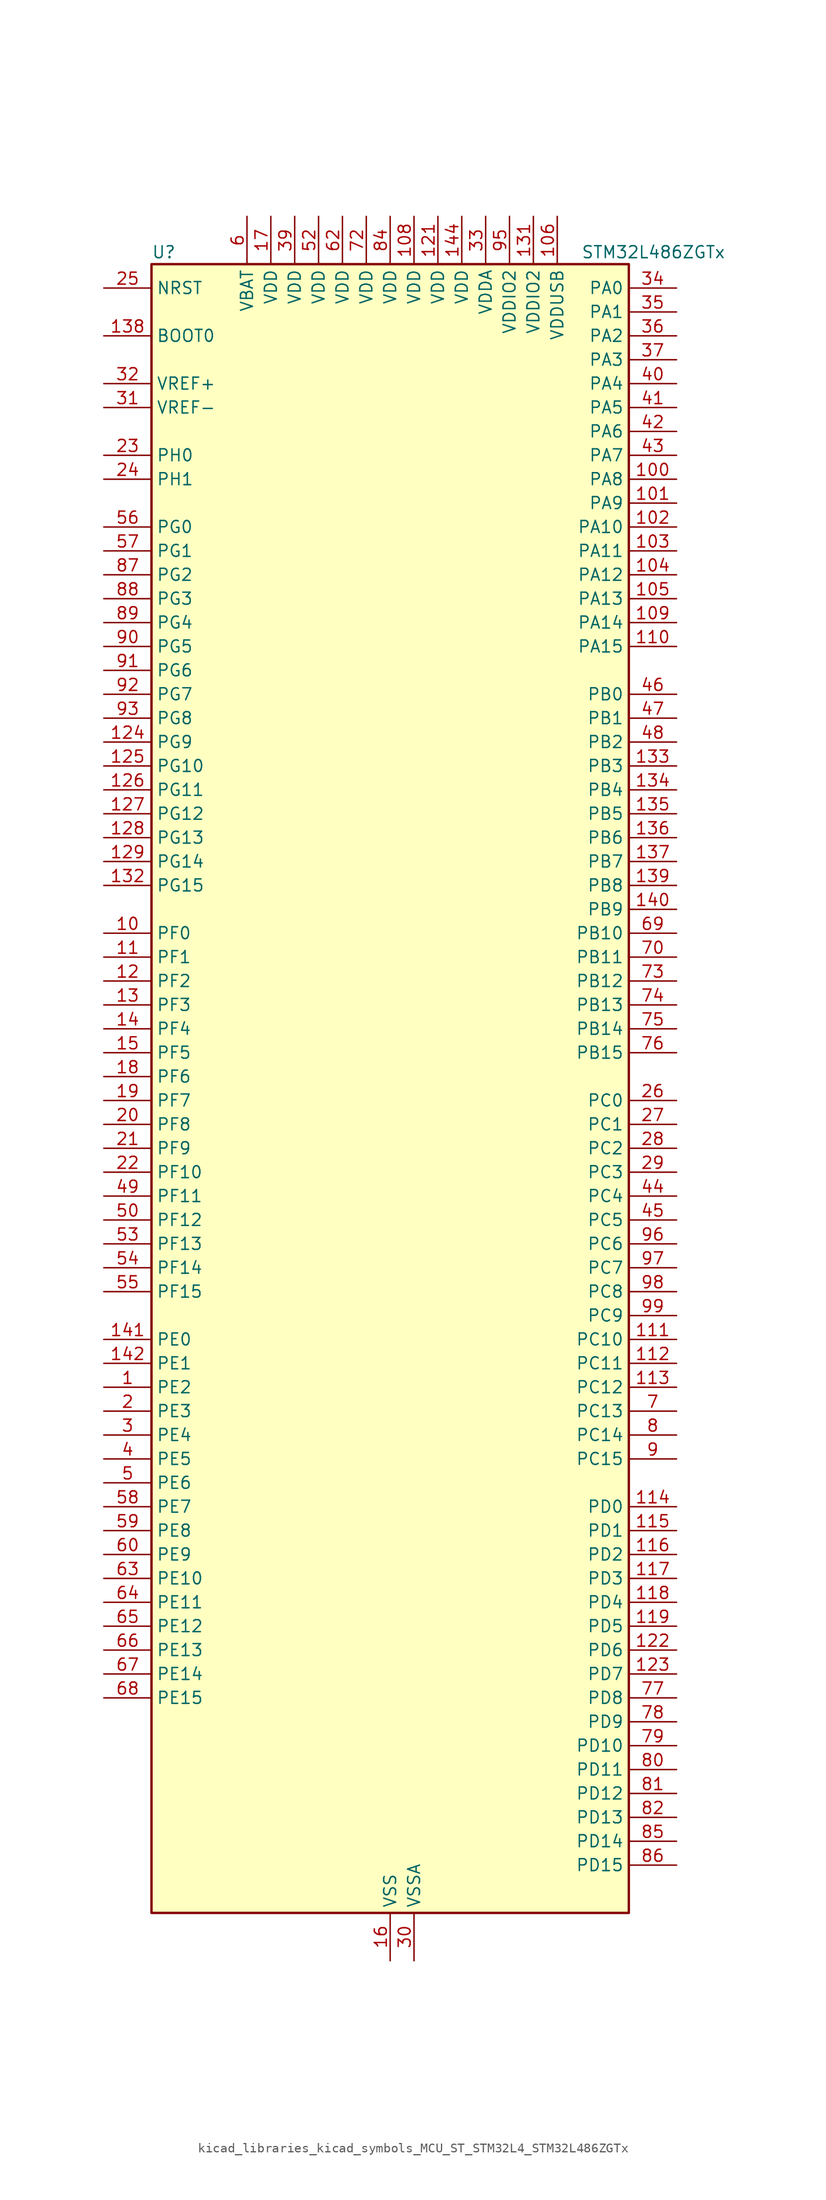
<source format=kicad_sym>
(kicad_symbol_lib
  (version 20220914)
  (generator kicad_symbol_editor)
  (symbol "kicad_libraries_kicad_symbols_MCU_ST_STM32L4_STM32L486ZGTx"
    (property "Reference" "U"
      (at -25.4 90.17 0)
      (effects (font (size 1.27 1.27)) (justify left)))
    (property "Value" "STM32L486ZGTx"
      (at 20.32 90.17 0)
      (effects (font (size 1.27 1.27)) (justify left)))
    (property "ki_locked" ""
      (at 0 0 0)
      (effects (font (size 1.27 1.27))))
    (symbol "kicad_libraries_kicad_symbols_MCU_ST_STM32L4_STM32L486ZGTx_0_1"
      (rectangle (start -25.4 -86.36) (end 25.4 88.9) (stroke (width 0.254) (type default)) (fill (type background))))
    (symbol "kicad_libraries_kicad_symbols_MCU_ST_STM32L4_STM32L486ZGTx_1_1"
      (pin bidirectional line (at -30.48 -30.48 0) (length 5.08) (name "PE2" (effects (font (size 1.27 1.27)))) (number "1" (effects (font (size 1.27 1.27)))) (alternate "FMC_A23" bidirectional line) (alternate "LCD_SEG38" bidirectional line) (alternate "SAI1_MCLK_A" bidirectional line) (alternate "SYS_TRACECLK" bidirectional line) (alternate "TIM3_ETR" bidirectional line) (alternate "TSC_G7_IO1" bidirectional line))
      (pin bidirectional line (at -30.48 17.78 0) (length 5.08) (name "PF0" (effects (font (size 1.27 1.27)))) (number "10" (effects (font (size 1.27 1.27)))) (alternate "FMC_A0" bidirectional line) (alternate "I2C2_SDA" bidirectional line))
      (pin bidirectional line (at 30.48 66.04 180) (length 5.08) (name "PA8" (effects (font (size 1.27 1.27)))) (number "100" (effects (font (size 1.27 1.27)))) (alternate "LCD_COM0" bidirectional line) (alternate "LPTIM2_OUT" bidirectional line) (alternate "RCC_MCO" bidirectional line) (alternate "TIM1_CH1" bidirectional line) (alternate "USART1_CK" bidirectional line) (alternate "USB_OTG_FS_SOF" bidirectional line))
      (pin bidirectional line (at 30.48 63.5 180) (length 5.08) (name "PA9" (effects (font (size 1.27 1.27)))) (number "101" (effects (font (size 1.27 1.27)))) (alternate "DAC1_EXTI9" bidirectional line) (alternate "LCD_COM1" bidirectional line) (alternate "TIM15_BKIN" bidirectional line) (alternate "TIM1_CH2" bidirectional line) (alternate "USART1_TX" bidirectional line) (alternate "USB_OTG_FS_VBUS" bidirectional line))
      (pin bidirectional line (at 30.48 60.96 180) (length 5.08) (name "PA10" (effects (font (size 1.27 1.27)))) (number "102" (effects (font (size 1.27 1.27)))) (alternate "LCD_COM2" bidirectional line) (alternate "TIM17_BKIN" bidirectional line) (alternate "TIM1_CH3" bidirectional line) (alternate "USART1_RX" bidirectional line) (alternate "USB_OTG_FS_ID" bidirectional line))
      (pin bidirectional line (at 30.48 58.42 180) (length 5.08) (name "PA11" (effects (font (size 1.27 1.27)))) (number "103" (effects (font (size 1.27 1.27)))) (alternate "ADC1_EXTI11" bidirectional line) (alternate "ADC2_EXTI11" bidirectional line) (alternate "ADC3_EXTI11" bidirectional line) (alternate "CAN1_RX" bidirectional line) (alternate "TIM1_BKIN2" bidirectional line) (alternate "TIM1_BKIN2_COMP1" bidirectional line) (alternate "TIM1_CH4" bidirectional line) (alternate "USART1_CTS" bidirectional line) (alternate "USB_OTG_FS_DM" bidirectional line))
      (pin bidirectional line (at 30.48 55.88 180) (length 5.08) (name "PA12" (effects (font (size 1.27 1.27)))) (number "104" (effects (font (size 1.27 1.27)))) (alternate "CAN1_TX" bidirectional line) (alternate "TIM1_ETR" bidirectional line) (alternate "USART1_DE" bidirectional line) (alternate "USART1_RTS" bidirectional line) (alternate "USB_OTG_FS_DP" bidirectional line))
      (pin bidirectional line (at 30.48 53.34 180) (length 5.08) (name "PA13" (effects (font (size 1.27 1.27)))) (number "105" (effects (font (size 1.27 1.27)))) (alternate "IR_OUT" bidirectional line) (alternate "SYS_JTMS-SWDIO" bidirectional line) (alternate "USB_OTG_FS_NOE" bidirectional line))
      (pin power_in line (at 17.78 93.98 270) (length 5.08) (name "VDDUSB" (effects (font (size 1.27 1.27)))) (number "106" (effects (font (size 1.27 1.27)))))
      (pin passive line (at 0 -91.44 90) (length 5.08) hide (name "VSS" (effects (font (size 1.27 1.27)))) (number "107" (effects (font (size 1.27 1.27)))))
      (pin power_in line (at 2.54 93.98 270) (length 5.08) (name "VDD" (effects (font (size 1.27 1.27)))) (number "108" (effects (font (size 1.27 1.27)))))
      (pin bidirectional line (at 30.48 50.8 180) (length 5.08) (name "PA14" (effects (font (size 1.27 1.27)))) (number "109" (effects (font (size 1.27 1.27)))) (alternate "SYS_JTCK-SWCLK" bidirectional line))
      (pin bidirectional line (at -30.48 15.24 0) (length 5.08) (name "PF1" (effects (font (size 1.27 1.27)))) (number "11" (effects (font (size 1.27 1.27)))) (alternate "FMC_A1" bidirectional line) (alternate "I2C2_SCL" bidirectional line))
      (pin bidirectional line (at 30.48 48.26 180) (length 5.08) (name "PA15" (effects (font (size 1.27 1.27)))) (number "110" (effects (font (size 1.27 1.27)))) (alternate "ADC1_EXTI15" bidirectional line) (alternate "ADC2_EXTI15" bidirectional line) (alternate "ADC3_EXTI15" bidirectional line) (alternate "LCD_SEG17" bidirectional line) (alternate "SAI2_FS_B" bidirectional line) (alternate "SPI1_NSS" bidirectional line) (alternate "SPI3_NSS" bidirectional line) (alternate "SYS_JTDI" bidirectional line) (alternate "TIM2_CH1" bidirectional line) (alternate "TIM2_ETR" bidirectional line) (alternate "TSC_G3_IO1" bidirectional line) (alternate "UART4_DE" bidirectional line) (alternate "UART4_RTS" bidirectional line))
      (pin bidirectional line (at 30.48 -25.4 180) (length 5.08) (name "PC10" (effects (font (size 1.27 1.27)))) (number "111" (effects (font (size 1.27 1.27)))) (alternate "LCD_COM4" bidirectional line) (alternate "LCD_SEG28" bidirectional line) (alternate "LCD_SEG40" bidirectional line) (alternate "SAI2_SCK_B" bidirectional line) (alternate "SDMMC1_D2" bidirectional line) (alternate "SPI3_SCK" bidirectional line) (alternate "TSC_G3_IO2" bidirectional line) (alternate "UART4_TX" bidirectional line) (alternate "USART3_TX" bidirectional line))
      (pin bidirectional line (at 30.48 -27.94 180) (length 5.08) (name "PC11" (effects (font (size 1.27 1.27)))) (number "112" (effects (font (size 1.27 1.27)))) (alternate "ADC1_EXTI11" bidirectional line) (alternate "ADC2_EXTI11" bidirectional line) (alternate "ADC3_EXTI11" bidirectional line) (alternate "LCD_COM5" bidirectional line) (alternate "LCD_SEG29" bidirectional line) (alternate "LCD_SEG41" bidirectional line) (alternate "SAI2_MCLK_B" bidirectional line) (alternate "SDMMC1_D3" bidirectional line) (alternate "SPI3_MISO" bidirectional line) (alternate "TSC_G3_IO3" bidirectional line) (alternate "UART4_RX" bidirectional line) (alternate "USART3_RX" bidirectional line))
      (pin bidirectional line (at 30.48 -30.48 180) (length 5.08) (name "PC12" (effects (font (size 1.27 1.27)))) (number "113" (effects (font (size 1.27 1.27)))) (alternate "LCD_COM6" bidirectional line) (alternate "LCD_SEG30" bidirectional line) (alternate "LCD_SEG42" bidirectional line) (alternate "SAI2_SD_B" bidirectional line) (alternate "SDMMC1_CK" bidirectional line) (alternate "SPI3_MOSI" bidirectional line) (alternate "TSC_G3_IO4" bidirectional line) (alternate "UART5_TX" bidirectional line) (alternate "USART3_CK" bidirectional line))
      (pin bidirectional line (at 30.48 -43.18 180) (length 5.08) (name "PD0" (effects (font (size 1.27 1.27)))) (number "114" (effects (font (size 1.27 1.27)))) (alternate "CAN1_RX" bidirectional line) (alternate "DFSDM1_DATIN7" bidirectional line) (alternate "FMC_D2" bidirectional line) (alternate "FMC_DA2" bidirectional line) (alternate "SPI2_NSS" bidirectional line))
      (pin bidirectional line (at 30.48 -45.72 180) (length 5.08) (name "PD1" (effects (font (size 1.27 1.27)))) (number "115" (effects (font (size 1.27 1.27)))) (alternate "CAN1_TX" bidirectional line) (alternate "DFSDM1_CKIN7" bidirectional line) (alternate "FMC_D3" bidirectional line) (alternate "FMC_DA3" bidirectional line) (alternate "SPI2_SCK" bidirectional line))
      (pin bidirectional line (at 30.48 -48.26 180) (length 5.08) (name "PD2" (effects (font (size 1.27 1.27)))) (number "116" (effects (font (size 1.27 1.27)))) (alternate "LCD_COM7" bidirectional line) (alternate "LCD_SEG31" bidirectional line) (alternate "LCD_SEG43" bidirectional line) (alternate "SDMMC1_CMD" bidirectional line) (alternate "TIM3_ETR" bidirectional line) (alternate "TSC_SYNC" bidirectional line) (alternate "UART5_RX" bidirectional line) (alternate "USART3_DE" bidirectional line) (alternate "USART3_RTS" bidirectional line))
      (pin bidirectional line (at 30.48 -50.8 180) (length 5.08) (name "PD3" (effects (font (size 1.27 1.27)))) (number "117" (effects (font (size 1.27 1.27)))) (alternate "DFSDM1_DATIN0" bidirectional line) (alternate "FMC_CLK" bidirectional line) (alternate "SPI2_MISO" bidirectional line) (alternate "USART2_CTS" bidirectional line))
      (pin bidirectional line (at 30.48 -53.34 180) (length 5.08) (name "PD4" (effects (font (size 1.27 1.27)))) (number "118" (effects (font (size 1.27 1.27)))) (alternate "DFSDM1_CKIN0" bidirectional line) (alternate "FMC_NOE" bidirectional line) (alternate "SPI2_MOSI" bidirectional line) (alternate "USART2_DE" bidirectional line) (alternate "USART2_RTS" bidirectional line))
      (pin bidirectional line (at 30.48 -55.88 180) (length 5.08) (name "PD5" (effects (font (size 1.27 1.27)))) (number "119" (effects (font (size 1.27 1.27)))) (alternate "FMC_NWE" bidirectional line) (alternate "USART2_TX" bidirectional line))
      (pin bidirectional line (at -30.48 12.7 0) (length 5.08) (name "PF2" (effects (font (size 1.27 1.27)))) (number "12" (effects (font (size 1.27 1.27)))) (alternate "FMC_A2" bidirectional line) (alternate "I2C2_SMBA" bidirectional line))
      (pin passive line (at 0 -91.44 90) (length 5.08) hide (name "VSS" (effects (font (size 1.27 1.27)))) (number "120" (effects (font (size 1.27 1.27)))))
      (pin power_in line (at 5.08 93.98 270) (length 5.08) (name "VDD" (effects (font (size 1.27 1.27)))) (number "121" (effects (font (size 1.27 1.27)))))
      (pin bidirectional line (at 30.48 -58.42 180) (length 5.08) (name "PD6" (effects (font (size 1.27 1.27)))) (number "122" (effects (font (size 1.27 1.27)))) (alternate "DFSDM1_DATIN1" bidirectional line) (alternate "FMC_NWAIT" bidirectional line) (alternate "SAI1_SD_A" bidirectional line) (alternate "USART2_RX" bidirectional line))
      (pin bidirectional line (at 30.48 -60.96 180) (length 5.08) (name "PD7" (effects (font (size 1.27 1.27)))) (number "123" (effects (font (size 1.27 1.27)))) (alternate "DFSDM1_CKIN1" bidirectional line) (alternate "FMC_NE1" bidirectional line) (alternate "USART2_CK" bidirectional line))
      (pin bidirectional line (at -30.48 38.1 0) (length 5.08) (name "PG9" (effects (font (size 1.27 1.27)))) (number "124" (effects (font (size 1.27 1.27)))) (alternate "DAC1_EXTI9" bidirectional line) (alternate "FMC_NCE3" bidirectional line) (alternate "FMC_NE2" bidirectional line) (alternate "SAI2_SCK_A" bidirectional line) (alternate "SPI3_SCK" bidirectional line) (alternate "TIM15_CH1N" bidirectional line) (alternate "USART1_TX" bidirectional line))
      (pin bidirectional line (at -30.48 35.56 0) (length 5.08) (name "PG10" (effects (font (size 1.27 1.27)))) (number "125" (effects (font (size 1.27 1.27)))) (alternate "FMC_NE3" bidirectional line) (alternate "LPTIM1_IN1" bidirectional line) (alternate "SAI2_FS_A" bidirectional line) (alternate "SPI3_MISO" bidirectional line) (alternate "TIM15_CH1" bidirectional line) (alternate "USART1_RX" bidirectional line))
      (pin bidirectional line (at -30.48 33.02 0) (length 5.08) (name "PG11" (effects (font (size 1.27 1.27)))) (number "126" (effects (font (size 1.27 1.27)))) (alternate "ADC1_EXTI11" bidirectional line) (alternate "ADC2_EXTI11" bidirectional line) (alternate "ADC3_EXTI11" bidirectional line) (alternate "LPTIM1_IN2" bidirectional line) (alternate "SAI2_MCLK_A" bidirectional line) (alternate "SPI3_MOSI" bidirectional line) (alternate "TIM15_CH2" bidirectional line) (alternate "USART1_CTS" bidirectional line))
      (pin bidirectional line (at -30.48 30.48 0) (length 5.08) (name "PG12" (effects (font (size 1.27 1.27)))) (number "127" (effects (font (size 1.27 1.27)))) (alternate "FMC_NE4" bidirectional line) (alternate "LPTIM1_ETR" bidirectional line) (alternate "SAI2_SD_A" bidirectional line) (alternate "SPI3_NSS" bidirectional line) (alternate "USART1_DE" bidirectional line) (alternate "USART1_RTS" bidirectional line))
      (pin bidirectional line (at -30.48 27.94 0) (length 5.08) (name "PG13" (effects (font (size 1.27 1.27)))) (number "128" (effects (font (size 1.27 1.27)))) (alternate "FMC_A24" bidirectional line) (alternate "I2C1_SDA" bidirectional line) (alternate "USART1_CK" bidirectional line))
      (pin bidirectional line (at -30.48 25.4 0) (length 5.08) (name "PG14" (effects (font (size 1.27 1.27)))) (number "129" (effects (font (size 1.27 1.27)))) (alternate "FMC_A25" bidirectional line) (alternate "I2C1_SCL" bidirectional line))
      (pin bidirectional line (at -30.48 10.16 0) (length 5.08) (name "PF3" (effects (font (size 1.27 1.27)))) (number "13" (effects (font (size 1.27 1.27)))) (alternate "ADC3_IN6" bidirectional line) (alternate "FMC_A3" bidirectional line))
      (pin passive line (at 0 -91.44 90) (length 5.08) hide (name "VSS" (effects (font (size 1.27 1.27)))) (number "130" (effects (font (size 1.27 1.27)))))
      (pin power_in line (at 15.24 93.98 270) (length 5.08) (name "VDDIO2" (effects (font (size 1.27 1.27)))) (number "131" (effects (font (size 1.27 1.27)))))
      (pin bidirectional line (at -30.48 22.86 0) (length 5.08) (name "PG15" (effects (font (size 1.27 1.27)))) (number "132" (effects (font (size 1.27 1.27)))) (alternate "ADC1_EXTI15" bidirectional line) (alternate "ADC2_EXTI15" bidirectional line) (alternate "ADC3_EXTI15" bidirectional line) (alternate "I2C1_SMBA" bidirectional line) (alternate "LPTIM1_OUT" bidirectional line))
      (pin bidirectional line (at 30.48 35.56 180) (length 5.08) (name "PB3" (effects (font (size 1.27 1.27)))) (number "133" (effects (font (size 1.27 1.27)))) (alternate "COMP2_INM" bidirectional line) (alternate "LCD_SEG7" bidirectional line) (alternate "SAI1_SCK_B" bidirectional line) (alternate "SPI1_SCK" bidirectional line) (alternate "SPI3_SCK" bidirectional line) (alternate "SYS_JTDO-SWO" bidirectional line) (alternate "TIM2_CH2" bidirectional line) (alternate "USART1_DE" bidirectional line) (alternate "USART1_RTS" bidirectional line))
      (pin bidirectional line (at 30.48 33.02 180) (length 5.08) (name "PB4" (effects (font (size 1.27 1.27)))) (number "134" (effects (font (size 1.27 1.27)))) (alternate "COMP2_INP" bidirectional line) (alternate "LCD_SEG8" bidirectional line) (alternate "SAI1_MCLK_B" bidirectional line) (alternate "SPI1_MISO" bidirectional line) (alternate "SPI3_MISO" bidirectional line) (alternate "SYS_JTRST" bidirectional line) (alternate "TIM17_BKIN" bidirectional line) (alternate "TIM3_CH1" bidirectional line) (alternate "TSC_G2_IO1" bidirectional line) (alternate "UART5_DE" bidirectional line) (alternate "UART5_RTS" bidirectional line) (alternate "USART1_CTS" bidirectional line))
      (pin bidirectional line (at 30.48 30.48 180) (length 5.08) (name "PB5" (effects (font (size 1.27 1.27)))) (number "135" (effects (font (size 1.27 1.27)))) (alternate "COMP2_OUT" bidirectional line) (alternate "I2C1_SMBA" bidirectional line) (alternate "LCD_SEG9" bidirectional line) (alternate "LPTIM1_IN1" bidirectional line) (alternate "SAI1_SD_B" bidirectional line) (alternate "SPI1_MOSI" bidirectional line) (alternate "SPI3_MOSI" bidirectional line) (alternate "TIM16_BKIN" bidirectional line) (alternate "TIM3_CH2" bidirectional line) (alternate "TSC_G2_IO2" bidirectional line) (alternate "UART5_CTS" bidirectional line) (alternate "USART1_CK" bidirectional line))
      (pin bidirectional line (at 30.48 27.94 180) (length 5.08) (name "PB6" (effects (font (size 1.27 1.27)))) (number "136" (effects (font (size 1.27 1.27)))) (alternate "COMP2_INP" bidirectional line) (alternate "DFSDM1_DATIN5" bidirectional line) (alternate "I2C1_SCL" bidirectional line) (alternate "LPTIM1_ETR" bidirectional line) (alternate "SAI1_FS_B" bidirectional line) (alternate "TIM16_CH1N" bidirectional line) (alternate "TIM4_CH1" bidirectional line) (alternate "TIM8_BKIN2" bidirectional line) (alternate "TIM8_BKIN2_COMP2" bidirectional line) (alternate "TSC_G2_IO3" bidirectional line) (alternate "USART1_TX" bidirectional line))
      (pin bidirectional line (at 30.48 25.4 180) (length 5.08) (name "PB7" (effects (font (size 1.27 1.27)))) (number "137" (effects (font (size 1.27 1.27)))) (alternate "COMP2_INM" bidirectional line) (alternate "DFSDM1_CKIN5" bidirectional line) (alternate "FMC_NL" bidirectional line) (alternate "I2C1_SDA" bidirectional line) (alternate "LCD_SEG21" bidirectional line) (alternate "LPTIM1_IN2" bidirectional line) (alternate "SYS_PVD_IN" bidirectional line) (alternate "TIM17_CH1N" bidirectional line) (alternate "TIM4_CH2" bidirectional line) (alternate "TIM8_BKIN" bidirectional line) (alternate "TIM8_BKIN_COMP1" bidirectional line) (alternate "TSC_G2_IO4" bidirectional line) (alternate "UART4_CTS" bidirectional line) (alternate "USART1_RX" bidirectional line))
      (pin input line (at -30.48 81.28 0) (length 5.08) (name "BOOT0" (effects (font (size 1.27 1.27)))) (number "138" (effects (font (size 1.27 1.27)))))
      (pin bidirectional line (at 30.48 22.86 180) (length 5.08) (name "PB8" (effects (font (size 1.27 1.27)))) (number "139" (effects (font (size 1.27 1.27)))) (alternate "CAN1_RX" bidirectional line) (alternate "DFSDM1_DATIN6" bidirectional line) (alternate "I2C1_SCL" bidirectional line) (alternate "LCD_SEG16" bidirectional line) (alternate "SAI1_MCLK_A" bidirectional line) (alternate "SDMMC1_D4" bidirectional line) (alternate "TIM16_CH1" bidirectional line) (alternate "TIM4_CH3" bidirectional line))
      (pin bidirectional line (at -30.48 7.62 0) (length 5.08) (name "PF4" (effects (font (size 1.27 1.27)))) (number "14" (effects (font (size 1.27 1.27)))) (alternate "ADC3_IN7" bidirectional line) (alternate "FMC_A4" bidirectional line))
      (pin bidirectional line (at 30.48 20.32 180) (length 5.08) (name "PB9" (effects (font (size 1.27 1.27)))) (number "140" (effects (font (size 1.27 1.27)))) (alternate "CAN1_TX" bidirectional line) (alternate "DAC1_EXTI9" bidirectional line) (alternate "DFSDM1_CKIN6" bidirectional line) (alternate "I2C1_SDA" bidirectional line) (alternate "IR_OUT" bidirectional line) (alternate "LCD_COM3" bidirectional line) (alternate "SAI1_FS_A" bidirectional line) (alternate "SDMMC1_D5" bidirectional line) (alternate "SPI2_NSS" bidirectional line) (alternate "TIM17_CH1" bidirectional line) (alternate "TIM4_CH4" bidirectional line))
      (pin bidirectional line (at -30.48 -25.4 0) (length 5.08) (name "PE0" (effects (font (size 1.27 1.27)))) (number "141" (effects (font (size 1.27 1.27)))) (alternate "FMC_NBL0" bidirectional line) (alternate "LCD_SEG36" bidirectional line) (alternate "TIM16_CH1" bidirectional line) (alternate "TIM4_ETR" bidirectional line))
      (pin bidirectional line (at -30.48 -27.94 0) (length 5.08) (name "PE1" (effects (font (size 1.27 1.27)))) (number "142" (effects (font (size 1.27 1.27)))) (alternate "FMC_NBL1" bidirectional line) (alternate "LCD_SEG37" bidirectional line) (alternate "TIM17_CH1" bidirectional line))
      (pin passive line (at 0 -91.44 90) (length 5.08) hide (name "VSS" (effects (font (size 1.27 1.27)))) (number "143" (effects (font (size 1.27 1.27)))))
      (pin power_in line (at 7.62 93.98 270) (length 5.08) (name "VDD" (effects (font (size 1.27 1.27)))) (number "144" (effects (font (size 1.27 1.27)))))
      (pin bidirectional line (at -30.48 5.08 0) (length 5.08) (name "PF5" (effects (font (size 1.27 1.27)))) (number "15" (effects (font (size 1.27 1.27)))) (alternate "ADC3_IN8" bidirectional line) (alternate "FMC_A5" bidirectional line))
      (pin power_in line (at 0 -91.44 90) (length 5.08) (name "VSS" (effects (font (size 1.27 1.27)))) (number "16" (effects (font (size 1.27 1.27)))))
      (pin power_in line (at -12.7 93.98 270) (length 5.08) (name "VDD" (effects (font (size 1.27 1.27)))) (number "17" (effects (font (size 1.27 1.27)))))
      (pin bidirectional line (at -30.48 2.54 0) (length 5.08) (name "PF6" (effects (font (size 1.27 1.27)))) (number "18" (effects (font (size 1.27 1.27)))) (alternate "ADC3_IN9" bidirectional line) (alternate "SAI1_SD_B" bidirectional line) (alternate "TIM5_CH1" bidirectional line) (alternate "TIM5_ETR" bidirectional line))
      (pin bidirectional line (at -30.48 0 0) (length 5.08) (name "PF7" (effects (font (size 1.27 1.27)))) (number "19" (effects (font (size 1.27 1.27)))) (alternate "ADC3_IN10" bidirectional line) (alternate "SAI1_MCLK_B" bidirectional line) (alternate "TIM5_CH2" bidirectional line))
      (pin bidirectional line (at -30.48 -33.02 0) (length 5.08) (name "PE3" (effects (font (size 1.27 1.27)))) (number "2" (effects (font (size 1.27 1.27)))) (alternate "FMC_A19" bidirectional line) (alternate "LCD_SEG39" bidirectional line) (alternate "SAI1_SD_B" bidirectional line) (alternate "SYS_TRACED0" bidirectional line) (alternate "TIM3_CH1" bidirectional line) (alternate "TSC_G7_IO2" bidirectional line))
      (pin bidirectional line (at -30.48 -2.54 0) (length 5.08) (name "PF8" (effects (font (size 1.27 1.27)))) (number "20" (effects (font (size 1.27 1.27)))) (alternate "ADC3_IN11" bidirectional line) (alternate "SAI1_SCK_B" bidirectional line) (alternate "TIM5_CH3" bidirectional line))
      (pin bidirectional line (at -30.48 -5.08 0) (length 5.08) (name "PF9" (effects (font (size 1.27 1.27)))) (number "21" (effects (font (size 1.27 1.27)))) (alternate "ADC3_IN12" bidirectional line) (alternate "DAC1_EXTI9" bidirectional line) (alternate "SAI1_FS_B" bidirectional line) (alternate "TIM15_CH1" bidirectional line) (alternate "TIM5_CH4" bidirectional line))
      (pin bidirectional line (at -30.48 -7.62 0) (length 5.08) (name "PF10" (effects (font (size 1.27 1.27)))) (number "22" (effects (font (size 1.27 1.27)))) (alternate "ADC3_IN13" bidirectional line) (alternate "TIM15_CH2" bidirectional line))
      (pin bidirectional line (at -30.48 68.58 0) (length 5.08) (name "PH0" (effects (font (size 1.27 1.27)))) (number "23" (effects (font (size 1.27 1.27)))) (alternate "RCC_OSC_IN" bidirectional line))
      (pin bidirectional line (at -30.48 66.04 0) (length 5.08) (name "PH1" (effects (font (size 1.27 1.27)))) (number "24" (effects (font (size 1.27 1.27)))) (alternate "RCC_OSC_OUT" bidirectional line))
      (pin input line (at -30.48 86.36 0) (length 5.08) (name "NRST" (effects (font (size 1.27 1.27)))) (number "25" (effects (font (size 1.27 1.27)))))
      (pin bidirectional line (at 30.48 0 180) (length 5.08) (name "PC0" (effects (font (size 1.27 1.27)))) (number "26" (effects (font (size 1.27 1.27)))) (alternate "ADC1_IN1" bidirectional line) (alternate "ADC2_IN1" bidirectional line) (alternate "ADC3_IN1" bidirectional line) (alternate "DFSDM1_DATIN4" bidirectional line) (alternate "I2C3_SCL" bidirectional line) (alternate "LCD_SEG18" bidirectional line) (alternate "LPTIM1_IN1" bidirectional line) (alternate "LPTIM2_IN1" bidirectional line) (alternate "LPUART1_RX" bidirectional line))
      (pin bidirectional line (at 30.48 -2.54 180) (length 5.08) (name "PC1" (effects (font (size 1.27 1.27)))) (number "27" (effects (font (size 1.27 1.27)))) (alternate "ADC1_IN2" bidirectional line) (alternate "ADC2_IN2" bidirectional line) (alternate "ADC3_IN2" bidirectional line) (alternate "DFSDM1_CKIN4" bidirectional line) (alternate "I2C3_SDA" bidirectional line) (alternate "LCD_SEG19" bidirectional line) (alternate "LPTIM1_OUT" bidirectional line) (alternate "LPUART1_TX" bidirectional line))
      (pin bidirectional line (at 30.48 -5.08 180) (length 5.08) (name "PC2" (effects (font (size 1.27 1.27)))) (number "28" (effects (font (size 1.27 1.27)))) (alternate "ADC1_IN3" bidirectional line) (alternate "ADC2_IN3" bidirectional line) (alternate "ADC3_IN3" bidirectional line) (alternate "DFSDM1_CKOUT" bidirectional line) (alternate "LCD_SEG20" bidirectional line) (alternate "LPTIM1_IN2" bidirectional line) (alternate "SPI2_MISO" bidirectional line))
      (pin bidirectional line (at 30.48 -7.62 180) (length 5.08) (name "PC3" (effects (font (size 1.27 1.27)))) (number "29" (effects (font (size 1.27 1.27)))) (alternate "ADC1_IN4" bidirectional line) (alternate "ADC2_IN4" bidirectional line) (alternate "ADC3_IN4" bidirectional line) (alternate "LCD_VLCD" bidirectional line) (alternate "LPTIM1_ETR" bidirectional line) (alternate "LPTIM2_ETR" bidirectional line) (alternate "SAI1_SD_A" bidirectional line) (alternate "SPI2_MOSI" bidirectional line))
      (pin bidirectional line (at -30.48 -35.56 0) (length 5.08) (name "PE4" (effects (font (size 1.27 1.27)))) (number "3" (effects (font (size 1.27 1.27)))) (alternate "DFSDM1_DATIN3" bidirectional line) (alternate "FMC_A20" bidirectional line) (alternate "SAI1_FS_A" bidirectional line) (alternate "SYS_TRACED1" bidirectional line) (alternate "TIM3_CH2" bidirectional line) (alternate "TSC_G7_IO3" bidirectional line))
      (pin power_in line (at 2.54 -91.44 90) (length 5.08) (name "VSSA" (effects (font (size 1.27 1.27)))) (number "30" (effects (font (size 1.27 1.27)))))
      (pin input line (at -30.48 73.66 0) (length 5.08) (name "VREF-" (effects (font (size 1.27 1.27)))) (number "31" (effects (font (size 1.27 1.27)))))
      (pin input line (at -30.48 76.2 0) (length 5.08) (name "VREF+" (effects (font (size 1.27 1.27)))) (number "32" (effects (font (size 1.27 1.27)))) (alternate "VREFBUF_OUT" bidirectional line))
      (pin power_in line (at 10.16 93.98 270) (length 5.08) (name "VDDA" (effects (font (size 1.27 1.27)))) (number "33" (effects (font (size 1.27 1.27)))))
      (pin bidirectional line (at 30.48 86.36 180) (length 5.08) (name "PA0" (effects (font (size 1.27 1.27)))) (number "34" (effects (font (size 1.27 1.27)))) (alternate "ADC1_IN5" bidirectional line) (alternate "ADC2_IN5" bidirectional line) (alternate "OPAMP1_VINP" bidirectional line) (alternate "RTC_TAMP2" bidirectional line) (alternate "SAI1_EXTCLK" bidirectional line) (alternate "SYS_WKUP1" bidirectional line) (alternate "TIM2_CH1" bidirectional line) (alternate "TIM2_ETR" bidirectional line) (alternate "TIM5_CH1" bidirectional line) (alternate "TIM8_ETR" bidirectional line) (alternate "UART4_TX" bidirectional line) (alternate "USART2_CTS" bidirectional line))
      (pin bidirectional line (at 30.48 83.82 180) (length 5.08) (name "PA1" (effects (font (size 1.27 1.27)))) (number "35" (effects (font (size 1.27 1.27)))) (alternate "ADC1_IN6" bidirectional line) (alternate "ADC2_IN6" bidirectional line) (alternate "LCD_SEG0" bidirectional line) (alternate "OPAMP1_VINM" bidirectional line) (alternate "TIM15_CH1N" bidirectional line) (alternate "TIM2_CH2" bidirectional line) (alternate "TIM5_CH2" bidirectional line) (alternate "UART4_RX" bidirectional line) (alternate "USART2_DE" bidirectional line) (alternate "USART2_RTS" bidirectional line))
      (pin bidirectional line (at 30.48 81.28 180) (length 5.08) (name "PA2" (effects (font (size 1.27 1.27)))) (number "36" (effects (font (size 1.27 1.27)))) (alternate "ADC1_IN7" bidirectional line) (alternate "ADC2_IN7" bidirectional line) (alternate "LCD_SEG1" bidirectional line) (alternate "RCC_LSCO" bidirectional line) (alternate "SAI2_EXTCLK" bidirectional line) (alternate "SYS_WKUP4" bidirectional line) (alternate "TIM15_CH1" bidirectional line) (alternate "TIM2_CH3" bidirectional line) (alternate "TIM5_CH3" bidirectional line) (alternate "USART2_TX" bidirectional line))
      (pin bidirectional line (at 30.48 78.74 180) (length 5.08) (name "PA3" (effects (font (size 1.27 1.27)))) (number "37" (effects (font (size 1.27 1.27)))) (alternate "ADC1_IN8" bidirectional line) (alternate "ADC2_IN8" bidirectional line) (alternate "LCD_SEG2" bidirectional line) (alternate "OPAMP1_VOUT" bidirectional line) (alternate "TIM15_CH2" bidirectional line) (alternate "TIM2_CH4" bidirectional line) (alternate "TIM5_CH4" bidirectional line) (alternate "USART2_RX" bidirectional line))
      (pin passive line (at 0 -91.44 90) (length 5.08) hide (name "VSS" (effects (font (size 1.27 1.27)))) (number "38" (effects (font (size 1.27 1.27)))))
      (pin power_in line (at -10.16 93.98 270) (length 5.08) (name "VDD" (effects (font (size 1.27 1.27)))) (number "39" (effects (font (size 1.27 1.27)))))
      (pin bidirectional line (at -30.48 -38.1 0) (length 5.08) (name "PE5" (effects (font (size 1.27 1.27)))) (number "4" (effects (font (size 1.27 1.27)))) (alternate "DFSDM1_CKIN3" bidirectional line) (alternate "FMC_A21" bidirectional line) (alternate "SAI1_SCK_A" bidirectional line) (alternate "SYS_TRACED2" bidirectional line) (alternate "TIM3_CH3" bidirectional line) (alternate "TSC_G7_IO4" bidirectional line))
      (pin bidirectional line (at 30.48 76.2 180) (length 5.08) (name "PA4" (effects (font (size 1.27 1.27)))) (number "40" (effects (font (size 1.27 1.27)))) (alternate "ADC1_IN9" bidirectional line) (alternate "ADC2_IN9" bidirectional line) (alternate "DAC1_OUT1" bidirectional line) (alternate "LPTIM2_OUT" bidirectional line) (alternate "SAI1_FS_B" bidirectional line) (alternate "SPI1_NSS" bidirectional line) (alternate "SPI3_NSS" bidirectional line) (alternate "USART2_CK" bidirectional line))
      (pin bidirectional line (at 30.48 73.66 180) (length 5.08) (name "PA5" (effects (font (size 1.27 1.27)))) (number "41" (effects (font (size 1.27 1.27)))) (alternate "ADC1_IN10" bidirectional line) (alternate "ADC2_IN10" bidirectional line) (alternate "DAC1_OUT2" bidirectional line) (alternate "LPTIM2_ETR" bidirectional line) (alternate "SPI1_SCK" bidirectional line) (alternate "TIM2_CH1" bidirectional line) (alternate "TIM2_ETR" bidirectional line) (alternate "TIM8_CH1N" bidirectional line))
      (pin bidirectional line (at 30.48 71.12 180) (length 5.08) (name "PA6" (effects (font (size 1.27 1.27)))) (number "42" (effects (font (size 1.27 1.27)))) (alternate "ADC1_IN11" bidirectional line) (alternate "ADC2_IN11" bidirectional line) (alternate "LCD_SEG3" bidirectional line) (alternate "OPAMP2_VINP" bidirectional line) (alternate "QUADSPI_BK1_IO3" bidirectional line) (alternate "SPI1_MISO" bidirectional line) (alternate "TIM16_CH1" bidirectional line) (alternate "TIM1_BKIN" bidirectional line) (alternate "TIM1_BKIN_COMP2" bidirectional line) (alternate "TIM3_CH1" bidirectional line) (alternate "TIM8_BKIN" bidirectional line) (alternate "TIM8_BKIN_COMP2" bidirectional line) (alternate "USART3_CTS" bidirectional line))
      (pin bidirectional line (at 30.48 68.58 180) (length 5.08) (name "PA7" (effects (font (size 1.27 1.27)))) (number "43" (effects (font (size 1.27 1.27)))) (alternate "ADC1_IN12" bidirectional line) (alternate "ADC2_IN12" bidirectional line) (alternate "LCD_SEG4" bidirectional line) (alternate "OPAMP2_VINM" bidirectional line) (alternate "QUADSPI_BK1_IO2" bidirectional line) (alternate "SPI1_MOSI" bidirectional line) (alternate "TIM17_CH1" bidirectional line) (alternate "TIM1_CH1N" bidirectional line) (alternate "TIM3_CH2" bidirectional line) (alternate "TIM8_CH1N" bidirectional line))
      (pin bidirectional line (at 30.48 -10.16 180) (length 5.08) (name "PC4" (effects (font (size 1.27 1.27)))) (number "44" (effects (font (size 1.27 1.27)))) (alternate "ADC1_IN13" bidirectional line) (alternate "ADC2_IN13" bidirectional line) (alternate "COMP1_INM" bidirectional line) (alternate "LCD_SEG22" bidirectional line) (alternate "USART3_TX" bidirectional line))
      (pin bidirectional line (at 30.48 -12.7 180) (length 5.08) (name "PC5" (effects (font (size 1.27 1.27)))) (number "45" (effects (font (size 1.27 1.27)))) (alternate "ADC1_IN14" bidirectional line) (alternate "ADC2_IN14" bidirectional line) (alternate "COMP1_INP" bidirectional line) (alternate "LCD_SEG23" bidirectional line) (alternate "SYS_WKUP5" bidirectional line) (alternate "USART3_RX" bidirectional line))
      (pin bidirectional line (at 30.48 43.18 180) (length 5.08) (name "PB0" (effects (font (size 1.27 1.27)))) (number "46" (effects (font (size 1.27 1.27)))) (alternate "ADC1_IN15" bidirectional line) (alternate "ADC2_IN15" bidirectional line) (alternate "COMP1_OUT" bidirectional line) (alternate "LCD_SEG5" bidirectional line) (alternate "OPAMP2_VOUT" bidirectional line) (alternate "QUADSPI_BK1_IO1" bidirectional line) (alternate "TIM1_CH2N" bidirectional line) (alternate "TIM3_CH3" bidirectional line) (alternate "TIM8_CH2N" bidirectional line) (alternate "USART3_CK" bidirectional line))
      (pin bidirectional line (at 30.48 40.64 180) (length 5.08) (name "PB1" (effects (font (size 1.27 1.27)))) (number "47" (effects (font (size 1.27 1.27)))) (alternate "ADC1_IN16" bidirectional line) (alternate "ADC2_IN16" bidirectional line) (alternate "COMP1_INM" bidirectional line) (alternate "DFSDM1_DATIN0" bidirectional line) (alternate "LCD_SEG6" bidirectional line) (alternate "LPTIM2_IN1" bidirectional line) (alternate "QUADSPI_BK1_IO0" bidirectional line) (alternate "TIM1_CH3N" bidirectional line) (alternate "TIM3_CH4" bidirectional line) (alternate "TIM8_CH3N" bidirectional line) (alternate "USART3_DE" bidirectional line) (alternate "USART3_RTS" bidirectional line))
      (pin bidirectional line (at 30.48 38.1 180) (length 5.08) (name "PB2" (effects (font (size 1.27 1.27)))) (number "48" (effects (font (size 1.27 1.27)))) (alternate "COMP1_INP" bidirectional line) (alternate "DFSDM1_CKIN0" bidirectional line) (alternate "I2C3_SMBA" bidirectional line) (alternate "LPTIM1_OUT" bidirectional line) (alternate "RTC_OUT_ALARM" bidirectional line) (alternate "RTC_OUT_CALIB" bidirectional line))
      (pin bidirectional line (at -30.48 -10.16 0) (length 5.08) (name "PF11" (effects (font (size 1.27 1.27)))) (number "49" (effects (font (size 1.27 1.27)))) (alternate "ADC1_EXTI11" bidirectional line) (alternate "ADC2_EXTI11" bidirectional line) (alternate "ADC3_EXTI11" bidirectional line))
      (pin bidirectional line (at -30.48 -40.64 0) (length 5.08) (name "PE6" (effects (font (size 1.27 1.27)))) (number "5" (effects (font (size 1.27 1.27)))) (alternate "FMC_A22" bidirectional line) (alternate "RTC_TAMP3" bidirectional line) (alternate "SAI1_SD_A" bidirectional line) (alternate "SYS_TRACED3" bidirectional line) (alternate "SYS_WKUP3" bidirectional line) (alternate "TIM3_CH4" bidirectional line))
      (pin bidirectional line (at -30.48 -12.7 0) (length 5.08) (name "PF12" (effects (font (size 1.27 1.27)))) (number "50" (effects (font (size 1.27 1.27)))) (alternate "FMC_A6" bidirectional line))
      (pin passive line (at 0 -91.44 90) (length 5.08) hide (name "VSS" (effects (font (size 1.27 1.27)))) (number "51" (effects (font (size 1.27 1.27)))))
      (pin power_in line (at -7.62 93.98 270) (length 5.08) (name "VDD" (effects (font (size 1.27 1.27)))) (number "52" (effects (font (size 1.27 1.27)))))
      (pin bidirectional line (at -30.48 -15.24 0) (length 5.08) (name "PF13" (effects (font (size 1.27 1.27)))) (number "53" (effects (font (size 1.27 1.27)))) (alternate "DFSDM1_DATIN6" bidirectional line) (alternate "FMC_A7" bidirectional line))
      (pin bidirectional line (at -30.48 -17.78 0) (length 5.08) (name "PF14" (effects (font (size 1.27 1.27)))) (number "54" (effects (font (size 1.27 1.27)))) (alternate "DFSDM1_CKIN6" bidirectional line) (alternate "FMC_A8" bidirectional line) (alternate "TSC_G8_IO1" bidirectional line))
      (pin bidirectional line (at -30.48 -20.32 0) (length 5.08) (name "PF15" (effects (font (size 1.27 1.27)))) (number "55" (effects (font (size 1.27 1.27)))) (alternate "ADC1_EXTI15" bidirectional line) (alternate "ADC2_EXTI15" bidirectional line) (alternate "ADC3_EXTI15" bidirectional line) (alternate "FMC_A9" bidirectional line) (alternate "TSC_G8_IO2" bidirectional line))
      (pin bidirectional line (at -30.48 60.96 0) (length 5.08) (name "PG0" (effects (font (size 1.27 1.27)))) (number "56" (effects (font (size 1.27 1.27)))) (alternate "FMC_A10" bidirectional line) (alternate "TSC_G8_IO3" bidirectional line))
      (pin bidirectional line (at -30.48 58.42 0) (length 5.08) (name "PG1" (effects (font (size 1.27 1.27)))) (number "57" (effects (font (size 1.27 1.27)))) (alternate "FMC_A11" bidirectional line) (alternate "TSC_G8_IO4" bidirectional line))
      (pin bidirectional line (at -30.48 -43.18 0) (length 5.08) (name "PE7" (effects (font (size 1.27 1.27)))) (number "58" (effects (font (size 1.27 1.27)))) (alternate "DFSDM1_DATIN2" bidirectional line) (alternate "FMC_D4" bidirectional line) (alternate "FMC_DA4" bidirectional line) (alternate "SAI1_SD_B" bidirectional line) (alternate "TIM1_ETR" bidirectional line))
      (pin bidirectional line (at -30.48 -45.72 0) (length 5.08) (name "PE8" (effects (font (size 1.27 1.27)))) (number "59" (effects (font (size 1.27 1.27)))) (alternate "DFSDM1_CKIN2" bidirectional line) (alternate "FMC_D5" bidirectional line) (alternate "FMC_DA5" bidirectional line) (alternate "SAI1_SCK_B" bidirectional line) (alternate "TIM1_CH1N" bidirectional line))
      (pin power_in line (at -15.24 93.98 270) (length 5.08) (name "VBAT" (effects (font (size 1.27 1.27)))) (number "6" (effects (font (size 1.27 1.27)))))
      (pin bidirectional line (at -30.48 -48.26 0) (length 5.08) (name "PE9" (effects (font (size 1.27 1.27)))) (number "60" (effects (font (size 1.27 1.27)))) (alternate "DAC1_EXTI9" bidirectional line) (alternate "DFSDM1_CKOUT" bidirectional line) (alternate "FMC_D6" bidirectional line) (alternate "FMC_DA6" bidirectional line) (alternate "SAI1_FS_B" bidirectional line) (alternate "TIM1_CH1" bidirectional line))
      (pin passive line (at 0 -91.44 90) (length 5.08) hide (name "VSS" (effects (font (size 1.27 1.27)))) (number "61" (effects (font (size 1.27 1.27)))))
      (pin power_in line (at -5.08 93.98 270) (length 5.08) (name "VDD" (effects (font (size 1.27 1.27)))) (number "62" (effects (font (size 1.27 1.27)))))
      (pin bidirectional line (at -30.48 -50.8 0) (length 5.08) (name "PE10" (effects (font (size 1.27 1.27)))) (number "63" (effects (font (size 1.27 1.27)))) (alternate "DFSDM1_DATIN4" bidirectional line) (alternate "FMC_D7" bidirectional line) (alternate "FMC_DA7" bidirectional line) (alternate "QUADSPI_CLK" bidirectional line) (alternate "SAI1_MCLK_B" bidirectional line) (alternate "TIM1_CH2N" bidirectional line) (alternate "TSC_G5_IO1" bidirectional line))
      (pin bidirectional line (at -30.48 -53.34 0) (length 5.08) (name "PE11" (effects (font (size 1.27 1.27)))) (number "64" (effects (font (size 1.27 1.27)))) (alternate "ADC1_EXTI11" bidirectional line) (alternate "ADC2_EXTI11" bidirectional line) (alternate "ADC3_EXTI11" bidirectional line) (alternate "DFSDM1_CKIN4" bidirectional line) (alternate "FMC_D8" bidirectional line) (alternate "FMC_DA8" bidirectional line) (alternate "QUADSPI_NCS" bidirectional line) (alternate "TIM1_CH2" bidirectional line) (alternate "TSC_G5_IO2" bidirectional line))
      (pin bidirectional line (at -30.48 -55.88 0) (length 5.08) (name "PE12" (effects (font (size 1.27 1.27)))) (number "65" (effects (font (size 1.27 1.27)))) (alternate "DFSDM1_DATIN5" bidirectional line) (alternate "FMC_D9" bidirectional line) (alternate "FMC_DA9" bidirectional line) (alternate "QUADSPI_BK1_IO0" bidirectional line) (alternate "SPI1_NSS" bidirectional line) (alternate "TIM1_CH3N" bidirectional line) (alternate "TSC_G5_IO3" bidirectional line))
      (pin bidirectional line (at -30.48 -58.42 0) (length 5.08) (name "PE13" (effects (font (size 1.27 1.27)))) (number "66" (effects (font (size 1.27 1.27)))) (alternate "DFSDM1_CKIN5" bidirectional line) (alternate "FMC_D10" bidirectional line) (alternate "FMC_DA10" bidirectional line) (alternate "QUADSPI_BK1_IO1" bidirectional line) (alternate "SPI1_SCK" bidirectional line) (alternate "TIM1_CH3" bidirectional line) (alternate "TSC_G5_IO4" bidirectional line))
      (pin bidirectional line (at -30.48 -60.96 0) (length 5.08) (name "PE14" (effects (font (size 1.27 1.27)))) (number "67" (effects (font (size 1.27 1.27)))) (alternate "FMC_D11" bidirectional line) (alternate "FMC_DA11" bidirectional line) (alternate "QUADSPI_BK1_IO2" bidirectional line) (alternate "SPI1_MISO" bidirectional line) (alternate "TIM1_BKIN2" bidirectional line) (alternate "TIM1_BKIN2_COMP2" bidirectional line) (alternate "TIM1_CH4" bidirectional line))
      (pin bidirectional line (at -30.48 -63.5 0) (length 5.08) (name "PE15" (effects (font (size 1.27 1.27)))) (number "68" (effects (font (size 1.27 1.27)))) (alternate "ADC1_EXTI15" bidirectional line) (alternate "ADC2_EXTI15" bidirectional line) (alternate "ADC3_EXTI15" bidirectional line) (alternate "FMC_D12" bidirectional line) (alternate "FMC_DA12" bidirectional line) (alternate "QUADSPI_BK1_IO3" bidirectional line) (alternate "SPI1_MOSI" bidirectional line) (alternate "TIM1_BKIN" bidirectional line) (alternate "TIM1_BKIN_COMP1" bidirectional line))
      (pin bidirectional line (at 30.48 17.78 180) (length 5.08) (name "PB10" (effects (font (size 1.27 1.27)))) (number "69" (effects (font (size 1.27 1.27)))) (alternate "COMP1_OUT" bidirectional line) (alternate "DFSDM1_DATIN7" bidirectional line) (alternate "I2C2_SCL" bidirectional line) (alternate "LCD_SEG10" bidirectional line) (alternate "LPUART1_RX" bidirectional line) (alternate "QUADSPI_CLK" bidirectional line) (alternate "SAI1_SCK_A" bidirectional line) (alternate "SPI2_SCK" bidirectional line) (alternate "TIM2_CH3" bidirectional line) (alternate "USART3_TX" bidirectional line))
      (pin bidirectional line (at 30.48 -33.02 180) (length 5.08) (name "PC13" (effects (font (size 1.27 1.27)))) (number "7" (effects (font (size 1.27 1.27)))) (alternate "RTC_OUT_ALARM" bidirectional line) (alternate "RTC_OUT_CALIB" bidirectional line) (alternate "RTC_TAMP1" bidirectional line) (alternate "RTC_TS" bidirectional line) (alternate "SYS_WKUP2" bidirectional line))
      (pin bidirectional line (at 30.48 15.24 180) (length 5.08) (name "PB11" (effects (font (size 1.27 1.27)))) (number "70" (effects (font (size 1.27 1.27)))) (alternate "ADC1_EXTI11" bidirectional line) (alternate "ADC2_EXTI11" bidirectional line) (alternate "ADC3_EXTI11" bidirectional line) (alternate "COMP2_OUT" bidirectional line) (alternate "DFSDM1_CKIN7" bidirectional line) (alternate "I2C2_SDA" bidirectional line) (alternate "LCD_SEG11" bidirectional line) (alternate "LPUART1_TX" bidirectional line) (alternate "QUADSPI_NCS" bidirectional line) (alternate "TIM2_CH4" bidirectional line) (alternate "USART3_RX" bidirectional line))
      (pin passive line (at 0 -91.44 90) (length 5.08) hide (name "VSS" (effects (font (size 1.27 1.27)))) (number "71" (effects (font (size 1.27 1.27)))))
      (pin power_in line (at -2.54 93.98 270) (length 5.08) (name "VDD" (effects (font (size 1.27 1.27)))) (number "72" (effects (font (size 1.27 1.27)))))
      (pin bidirectional line (at 30.48 12.7 180) (length 5.08) (name "PB12" (effects (font (size 1.27 1.27)))) (number "73" (effects (font (size 1.27 1.27)))) (alternate "DFSDM1_DATIN1" bidirectional line) (alternate "I2C2_SMBA" bidirectional line) (alternate "LCD_SEG12" bidirectional line) (alternate "LPUART1_DE" bidirectional line) (alternate "LPUART1_RTS" bidirectional line) (alternate "SAI2_FS_A" bidirectional line) (alternate "SPI2_NSS" bidirectional line) (alternate "SWPMI1_IO" bidirectional line) (alternate "TIM15_BKIN" bidirectional line) (alternate "TIM1_BKIN" bidirectional line) (alternate "TIM1_BKIN_COMP2" bidirectional line) (alternate "TSC_G1_IO1" bidirectional line) (alternate "USART3_CK" bidirectional line))
      (pin bidirectional line (at 30.48 10.16 180) (length 5.08) (name "PB13" (effects (font (size 1.27 1.27)))) (number "74" (effects (font (size 1.27 1.27)))) (alternate "DFSDM1_CKIN1" bidirectional line) (alternate "I2C2_SCL" bidirectional line) (alternate "LCD_SEG13" bidirectional line) (alternate "LPUART1_CTS" bidirectional line) (alternate "SAI2_SCK_A" bidirectional line) (alternate "SPI2_SCK" bidirectional line) (alternate "SWPMI1_TX" bidirectional line) (alternate "TIM15_CH1N" bidirectional line) (alternate "TIM1_CH1N" bidirectional line) (alternate "TSC_G1_IO2" bidirectional line) (alternate "USART3_CTS" bidirectional line))
      (pin bidirectional line (at 30.48 7.62 180) (length 5.08) (name "PB14" (effects (font (size 1.27 1.27)))) (number "75" (effects (font (size 1.27 1.27)))) (alternate "DFSDM1_DATIN2" bidirectional line) (alternate "I2C2_SDA" bidirectional line) (alternate "LCD_SEG14" bidirectional line) (alternate "SAI2_MCLK_A" bidirectional line) (alternate "SPI2_MISO" bidirectional line) (alternate "SWPMI1_RX" bidirectional line) (alternate "TIM15_CH1" bidirectional line) (alternate "TIM1_CH2N" bidirectional line) (alternate "TIM8_CH2N" bidirectional line) (alternate "TSC_G1_IO3" bidirectional line) (alternate "USART3_DE" bidirectional line) (alternate "USART3_RTS" bidirectional line))
      (pin bidirectional line (at 30.48 5.08 180) (length 5.08) (name "PB15" (effects (font (size 1.27 1.27)))) (number "76" (effects (font (size 1.27 1.27)))) (alternate "ADC1_EXTI15" bidirectional line) (alternate "ADC2_EXTI15" bidirectional line) (alternate "ADC3_EXTI15" bidirectional line) (alternate "DFSDM1_CKIN2" bidirectional line) (alternate "LCD_SEG15" bidirectional line) (alternate "RTC_REFIN" bidirectional line) (alternate "SAI2_SD_A" bidirectional line) (alternate "SPI2_MOSI" bidirectional line) (alternate "SWPMI1_SUSPEND" bidirectional line) (alternate "TIM15_CH2" bidirectional line) (alternate "TIM1_CH3N" bidirectional line) (alternate "TIM8_CH3N" bidirectional line) (alternate "TSC_G1_IO4" bidirectional line))
      (pin bidirectional line (at 30.48 -63.5 180) (length 5.08) (name "PD8" (effects (font (size 1.27 1.27)))) (number "77" (effects (font (size 1.27 1.27)))) (alternate "FMC_D13" bidirectional line) (alternate "FMC_DA13" bidirectional line) (alternate "LCD_SEG28" bidirectional line) (alternate "USART3_TX" bidirectional line))
      (pin bidirectional line (at 30.48 -66.04 180) (length 5.08) (name "PD9" (effects (font (size 1.27 1.27)))) (number "78" (effects (font (size 1.27 1.27)))) (alternate "DAC1_EXTI9" bidirectional line) (alternate "FMC_D14" bidirectional line) (alternate "FMC_DA14" bidirectional line) (alternate "LCD_SEG29" bidirectional line) (alternate "SAI2_MCLK_A" bidirectional line) (alternate "USART3_RX" bidirectional line))
      (pin bidirectional line (at 30.48 -68.58 180) (length 5.08) (name "PD10" (effects (font (size 1.27 1.27)))) (number "79" (effects (font (size 1.27 1.27)))) (alternate "FMC_D15" bidirectional line) (alternate "FMC_DA15" bidirectional line) (alternate "LCD_SEG30" bidirectional line) (alternate "SAI2_SCK_A" bidirectional line) (alternate "TSC_G6_IO1" bidirectional line) (alternate "USART3_CK" bidirectional line))
      (pin bidirectional line (at 30.48 -35.56 180) (length 5.08) (name "PC14" (effects (font (size 1.27 1.27)))) (number "8" (effects (font (size 1.27 1.27)))) (alternate "RCC_OSC32_IN" bidirectional line))
      (pin bidirectional line (at 30.48 -71.12 180) (length 5.08) (name "PD11" (effects (font (size 1.27 1.27)))) (number "80" (effects (font (size 1.27 1.27)))) (alternate "ADC1_EXTI11" bidirectional line) (alternate "ADC2_EXTI11" bidirectional line) (alternate "ADC3_EXTI11" bidirectional line) (alternate "FMC_A16" bidirectional line) (alternate "FMC_CLE" bidirectional line) (alternate "LCD_SEG31" bidirectional line) (alternate "LPTIM2_ETR" bidirectional line) (alternate "SAI2_SD_A" bidirectional line) (alternate "TSC_G6_IO2" bidirectional line) (alternate "USART3_CTS" bidirectional line))
      (pin bidirectional line (at 30.48 -73.66 180) (length 5.08) (name "PD12" (effects (font (size 1.27 1.27)))) (number "81" (effects (font (size 1.27 1.27)))) (alternate "FMC_A17" bidirectional line) (alternate "FMC_ALE" bidirectional line) (alternate "LCD_SEG32" bidirectional line) (alternate "LPTIM2_IN1" bidirectional line) (alternate "SAI2_FS_A" bidirectional line) (alternate "TIM4_CH1" bidirectional line) (alternate "TSC_G6_IO3" bidirectional line) (alternate "USART3_DE" bidirectional line) (alternate "USART3_RTS" bidirectional line))
      (pin bidirectional line (at 30.48 -76.2 180) (length 5.08) (name "PD13" (effects (font (size 1.27 1.27)))) (number "82" (effects (font (size 1.27 1.27)))) (alternate "FMC_A18" bidirectional line) (alternate "LCD_SEG33" bidirectional line) (alternate "LPTIM2_OUT" bidirectional line) (alternate "TIM4_CH2" bidirectional line) (alternate "TSC_G6_IO4" bidirectional line))
      (pin passive line (at 0 -91.44 90) (length 5.08) hide (name "VSS" (effects (font (size 1.27 1.27)))) (number "83" (effects (font (size 1.27 1.27)))))
      (pin power_in line (at 0 93.98 270) (length 5.08) (name "VDD" (effects (font (size 1.27 1.27)))) (number "84" (effects (font (size 1.27 1.27)))))
      (pin bidirectional line (at 30.48 -78.74 180) (length 5.08) (name "PD14" (effects (font (size 1.27 1.27)))) (number "85" (effects (font (size 1.27 1.27)))) (alternate "FMC_D0" bidirectional line) (alternate "FMC_DA0" bidirectional line) (alternate "LCD_SEG34" bidirectional line) (alternate "TIM4_CH3" bidirectional line))
      (pin bidirectional line (at 30.48 -81.28 180) (length 5.08) (name "PD15" (effects (font (size 1.27 1.27)))) (number "86" (effects (font (size 1.27 1.27)))) (alternate "ADC1_EXTI15" bidirectional line) (alternate "ADC2_EXTI15" bidirectional line) (alternate "ADC3_EXTI15" bidirectional line) (alternate "FMC_D1" bidirectional line) (alternate "FMC_DA1" bidirectional line) (alternate "LCD_SEG35" bidirectional line) (alternate "TIM4_CH4" bidirectional line))
      (pin bidirectional line (at -30.48 55.88 0) (length 5.08) (name "PG2" (effects (font (size 1.27 1.27)))) (number "87" (effects (font (size 1.27 1.27)))) (alternate "FMC_A12" bidirectional line) (alternate "SAI2_SCK_B" bidirectional line) (alternate "SPI1_SCK" bidirectional line))
      (pin bidirectional line (at -30.48 53.34 0) (length 5.08) (name "PG3" (effects (font (size 1.27 1.27)))) (number "88" (effects (font (size 1.27 1.27)))) (alternate "FMC_A13" bidirectional line) (alternate "SAI2_FS_B" bidirectional line) (alternate "SPI1_MISO" bidirectional line))
      (pin bidirectional line (at -30.48 50.8 0) (length 5.08) (name "PG4" (effects (font (size 1.27 1.27)))) (number "89" (effects (font (size 1.27 1.27)))) (alternate "FMC_A14" bidirectional line) (alternate "SAI2_MCLK_B" bidirectional line) (alternate "SPI1_MOSI" bidirectional line))
      (pin bidirectional line (at 30.48 -38.1 180) (length 5.08) (name "PC15" (effects (font (size 1.27 1.27)))) (number "9" (effects (font (size 1.27 1.27)))) (alternate "ADC1_EXTI15" bidirectional line) (alternate "ADC2_EXTI15" bidirectional line) (alternate "ADC3_EXTI15" bidirectional line) (alternate "RCC_OSC32_OUT" bidirectional line))
      (pin bidirectional line (at -30.48 48.26 0) (length 5.08) (name "PG5" (effects (font (size 1.27 1.27)))) (number "90" (effects (font (size 1.27 1.27)))) (alternate "FMC_A15" bidirectional line) (alternate "LPUART1_CTS" bidirectional line) (alternate "SAI2_SD_B" bidirectional line) (alternate "SPI1_NSS" bidirectional line))
      (pin bidirectional line (at -30.48 45.72 0) (length 5.08) (name "PG6" (effects (font (size 1.27 1.27)))) (number "91" (effects (font (size 1.27 1.27)))) (alternate "I2C3_SMBA" bidirectional line) (alternate "LPUART1_DE" bidirectional line) (alternate "LPUART1_RTS" bidirectional line))
      (pin bidirectional line (at -30.48 43.18 0) (length 5.08) (name "PG7" (effects (font (size 1.27 1.27)))) (number "92" (effects (font (size 1.27 1.27)))) (alternate "FMC_INT3" bidirectional line) (alternate "I2C3_SCL" bidirectional line) (alternate "LPUART1_TX" bidirectional line))
      (pin bidirectional line (at -30.48 40.64 0) (length 5.08) (name "PG8" (effects (font (size 1.27 1.27)))) (number "93" (effects (font (size 1.27 1.27)))) (alternate "I2C3_SDA" bidirectional line) (alternate "LPUART1_RX" bidirectional line))
      (pin passive line (at 0 -91.44 90) (length 5.08) hide (name "VSS" (effects (font (size 1.27 1.27)))) (number "94" (effects (font (size 1.27 1.27)))))
      (pin power_in line (at 12.7 93.98 270) (length 5.08) (name "VDDIO2" (effects (font (size 1.27 1.27)))) (number "95" (effects (font (size 1.27 1.27)))))
      (pin bidirectional line (at 30.48 -15.24 180) (length 5.08) (name "PC6" (effects (font (size 1.27 1.27)))) (number "96" (effects (font (size 1.27 1.27)))) (alternate "DFSDM1_CKIN3" bidirectional line) (alternate "LCD_SEG24" bidirectional line) (alternate "SAI2_MCLK_A" bidirectional line) (alternate "SDMMC1_D6" bidirectional line) (alternate "TIM3_CH1" bidirectional line) (alternate "TIM8_CH1" bidirectional line) (alternate "TSC_G4_IO1" bidirectional line))
      (pin bidirectional line (at 30.48 -17.78 180) (length 5.08) (name "PC7" (effects (font (size 1.27 1.27)))) (number "97" (effects (font (size 1.27 1.27)))) (alternate "DFSDM1_DATIN3" bidirectional line) (alternate "LCD_SEG25" bidirectional line) (alternate "SAI2_MCLK_B" bidirectional line) (alternate "SDMMC1_D7" bidirectional line) (alternate "TIM3_CH2" bidirectional line) (alternate "TIM8_CH2" bidirectional line) (alternate "TSC_G4_IO2" bidirectional line))
      (pin bidirectional line (at 30.48 -20.32 180) (length 5.08) (name "PC8" (effects (font (size 1.27 1.27)))) (number "98" (effects (font (size 1.27 1.27)))) (alternate "LCD_SEG26" bidirectional line) (alternate "SDMMC1_D0" bidirectional line) (alternate "TIM3_CH3" bidirectional line) (alternate "TIM8_CH3" bidirectional line) (alternate "TSC_G4_IO3" bidirectional line))
      (pin bidirectional line (at 30.48 -22.86 180) (length 5.08) (name "PC9" (effects (font (size 1.27 1.27)))) (number "99" (effects (font (size 1.27 1.27)))) (alternate "DAC1_EXTI9" bidirectional line) (alternate "LCD_SEG27" bidirectional line) (alternate "SAI2_EXTCLK" bidirectional line) (alternate "SDMMC1_D1" bidirectional line) (alternate "TIM3_CH4" bidirectional line) (alternate "TIM8_BKIN2" bidirectional line) (alternate "TIM8_BKIN2_COMP1" bidirectional line) (alternate "TIM8_CH4" bidirectional line) (alternate "TSC_G4_IO4" bidirectional line) (alternate "USB_OTG_FS_NOE" bidirectional line)))))
</source>
